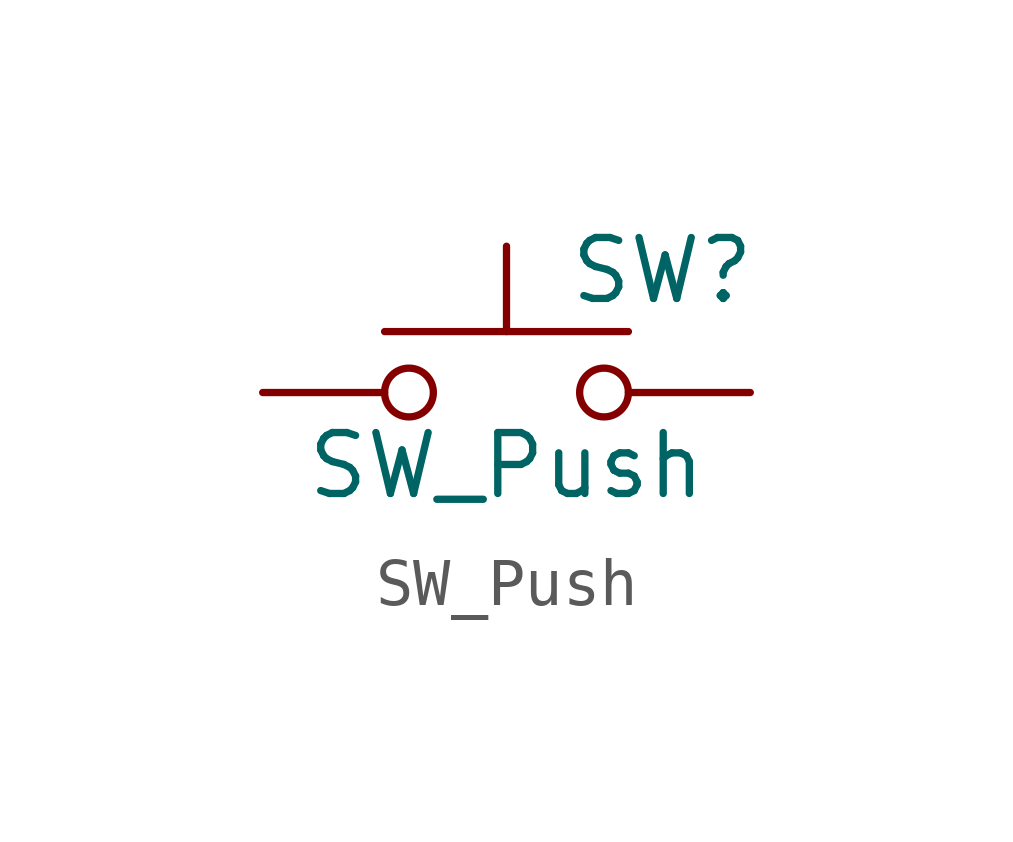
<source format=kicad_sym>
(kicad_symbol_lib
  (version 20231120)
  (generator "kicad_symbol_editor")
  (generator_version "8.0")
  (symbol "SW_Push"
    (pin_numbers hide)
    (pin_names
      (offset 1.016) hide)
    (property "Reference" "SW"
      (at 1.27 2.54 0)
      (effects (font (size 1.27 1.27)) (justify left)))
    (property "Value" "SW_Push"
      (at 0 -1.524 0)
      (effects (font (size 1.27 1.27))))
    (symbol "SW_Push_0_1"
      (circle (center -2.032 0) (radius 0.508) (stroke (width 0) (type solid)) (fill (type none)))
      (polyline (pts (xy 0 1.27) (xy 0 3.048)) (stroke (width 0) (type solid)) (fill (type none)))
      (polyline (pts (xy 2.54 1.27) (xy -2.54 1.27)) (stroke (width 0) (type solid)) (fill (type none)))
      (circle (center 2.032 0) (radius 0.508) (stroke (width 0) (type solid)) (fill (type none)))
      (pin passive line (at 5.08 0 180) (length 2.54) (name "1" (effects (font (size 1.27 1.27)))) (number "1" (effects (font (size 1.27 1.27)))))
      (pin passive line (at -5.08 0 0) (length 2.54) (name "2" (effects (font (size 1.27 1.27)))) (number "2" (effects (font (size 1.27 1.27))))))))
</source>
